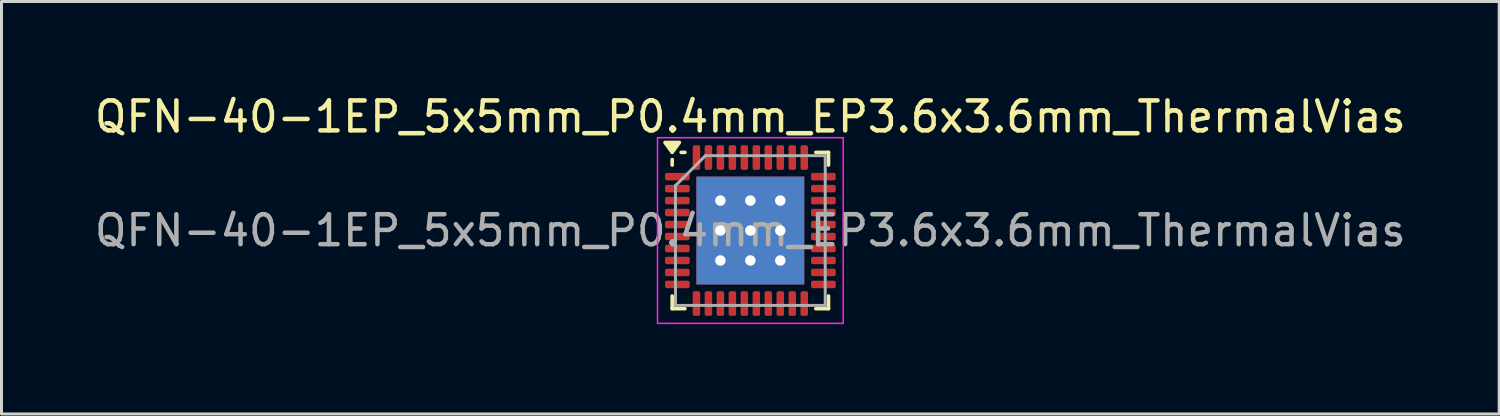
<source format=kicad_pcb>
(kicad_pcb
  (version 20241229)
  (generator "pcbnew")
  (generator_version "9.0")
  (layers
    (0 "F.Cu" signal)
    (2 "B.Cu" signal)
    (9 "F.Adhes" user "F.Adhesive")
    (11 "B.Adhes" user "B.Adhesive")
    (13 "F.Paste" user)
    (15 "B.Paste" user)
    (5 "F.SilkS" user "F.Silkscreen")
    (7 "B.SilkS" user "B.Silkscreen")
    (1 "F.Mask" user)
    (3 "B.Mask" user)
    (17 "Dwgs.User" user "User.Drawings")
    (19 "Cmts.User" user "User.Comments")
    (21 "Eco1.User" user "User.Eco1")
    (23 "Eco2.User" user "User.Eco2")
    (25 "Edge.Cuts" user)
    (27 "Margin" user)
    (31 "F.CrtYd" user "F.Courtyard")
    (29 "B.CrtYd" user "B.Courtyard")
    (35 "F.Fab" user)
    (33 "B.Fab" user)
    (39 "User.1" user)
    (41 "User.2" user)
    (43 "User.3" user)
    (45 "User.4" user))
  (footprint "QFN-40-1EP_5x5mm_P0.4mm_EP3.6x3.6mm_ThermalVias"
    (layer "F.Cu")
    (at 22.006 4.648)
    (property "Reference" "QFN-40-1EP_5x5mm_P0.4mm_EP3.6x3.6mm_ThermalVias" (at 0 -3.8 0) (layer "F.SilkS") (effects (font (size 1 1) (thickness 0.15))))
    (attr smd)
    (fp_line (start -2.61 -2.185) (end -2.61 -2.37) (stroke (width 0.12) (type solid)) (layer "F.SilkS"))
    (fp_line (start -2.61 2.61) (end -2.61 2.185) (stroke (width 0.12) (type solid)) (layer "F.SilkS"))
    (fp_line (start -2.185 -2.61) (end -2.31 -2.61) (stroke (width 0.12) (type solid)) (layer "F.SilkS"))
    (fp_line (start -2.185 2.61) (end -2.61 2.61) (stroke (width 0.12) (type solid)) (layer "F.SilkS"))
    (fp_line (start 2.185 -2.61) (end 2.61 -2.61) (stroke (width 0.12) (type solid)) (layer "F.SilkS"))
    (fp_line (start 2.185 2.61) (end 2.61 2.61) (stroke (width 0.12) (type solid)) (layer "F.SilkS"))
    (fp_line (start 2.61 -2.61) (end 2.61 -2.185) (stroke (width 0.12) (type solid)) (layer "F.SilkS"))
    (fp_line (start 2.61 2.61) (end 2.61 2.185) (stroke (width 0.12) (type solid)) (layer "F.SilkS"))
    (fp_poly (pts (xy -2.61 -2.61) (xy -2.85 -2.94) (xy -2.37 -2.94) (xy -2.61 -2.61)) (stroke (width 0.12) (type solid)) (fill yes) (layer "F.SilkS"))
    (fp_line (start -3.1 -3.1) (end -3.1 3.1) (stroke (width 0.05) (type solid)) (layer "F.CrtYd"))
    (fp_line (start -3.1 3.1) (end 3.1 3.1) (stroke (width 0.05) (type solid)) (layer "F.CrtYd"))
    (fp_line (start 3.1 -3.1) (end -3.1 -3.1) (stroke (width 0.05) (type solid)) (layer "F.CrtYd"))
    (fp_line (start 3.1 3.1) (end 3.1 -3.1) (stroke (width 0.05) (type solid)) (layer "F.CrtYd"))
    (fp_line (start -2.5 -1.5) (end -1.5 -2.5) (stroke (width 0.1) (type solid)) (layer "F.Fab"))
    (fp_line (start -2.5 2.5) (end -2.5 -1.5) (stroke (width 0.1) (type solid)) (layer "F.Fab"))
    (fp_line (start -1.5 -2.5) (end 2.5 -2.5) (stroke (width 0.1) (type solid)) (layer "F.Fab"))
    (fp_line (start 2.5 -2.5) (end 2.5 2.5) (stroke (width 0.1) (type solid)) (layer "F.Fab"))
    (fp_line (start 2.5 2.5) (end -2.5 2.5) (stroke (width 0.1) (type solid)) (layer "F.Fab"))
    (fp_text user "${REFERENCE}" (at 0 0 0) (layer "F.Fab") (effects (font (size 1 1) (thickness 0.15))))
    (pad "" smd custom (at -1.4 -1.4) (size 0.555 0.555) (layers "F.Paste") (options (anchor circle)) (primitives (gr_poly (pts (xy -0.232 -0.232) (xy 0.232 -0.232) (xy 0.232 0.157) (xy 0.157 0.232) (xy -0.232 0.232)) (width 0.181) (fill yes))))
    (pad "" smd custom (at -1.4 -0.5) (size 0.568 0.568) (layers "F.Paste") (options (anchor circle)) (primitives (gr_poly (pts (xy -0.246 -0.326) (xy 0.182 -0.326) (xy 0.246 -0.263) (xy 0.246 0.263) (xy 0.182 0.326) (xy -0.246 0.326)) (width 0.153) (fill yes))))
    (pad "" smd custom (at -1.4 0.5) (size 0.568 0.568) (layers "F.Paste") (options (anchor circle)) (primitives (gr_poly (pts (xy -0.246 -0.326) (xy 0.182 -0.326) (xy 0.246 -0.263) (xy 0.246 0.263) (xy 0.182 0.326) (xy -0.246 0.326)) (width 0.153) (fill yes))))
    (pad "" smd custom (at -1.4 1.4) (size 0.555 0.555) (layers "F.Paste") (options (anchor circle)) (primitives (gr_poly (pts (xy -0.232 -0.232) (xy 0.157 -0.232) (xy 0.232 -0.157) (xy 0.232 0.232) (xy -0.232 0.232)) (width 0.181) (fill yes))))
    (pad "" smd custom (at -0.5 -1.4) (size 0.568 0.568) (layers "F.Paste") (options (anchor circle)) (primitives (gr_poly (pts (xy -0.326 -0.246) (xy 0.326 -0.246) (xy 0.326 0.182) (xy 0.263 0.246) (xy -0.263 0.246) (xy -0.326 0.182)) (width 0.153) (fill yes))))
    (pad "" smd roundrect (at -0.5 -0.5) (size 0.806 0.806) (layers "F.Paste") (roundrect_rratio 0.25))
    (pad "" smd roundrect (at -0.5 0.5) (size 0.806 0.806) (layers "F.Paste") (roundrect_rratio 0.25))
    (pad "" smd custom (at -0.5 1.4) (size 0.568 0.568) (layers "F.Paste") (options (anchor circle)) (primitives (gr_poly (pts (xy -0.326 -0.182) (xy -0.263 -0.246) (xy 0.263 -0.246) (xy 0.326 -0.182) (xy 0.326 0.246) (xy -0.326 0.246)) (width 0.153) (fill yes))))
    (pad "" smd custom (at 0.5 -1.4) (size 0.568 0.568) (layers "F.Paste") (options (anchor circle)) (primitives (gr_poly (pts (xy -0.326 -0.246) (xy 0.326 -0.246) (xy 0.326 0.182) (xy 0.263 0.246) (xy -0.263 0.246) (xy -0.326 0.182)) (width 0.153) (fill yes))))
    (pad "" smd roundrect (at 0.5 -0.5) (size 0.806 0.806) (layers "F.Paste") (roundrect_rratio 0.25))
    (pad "" smd roundrect (at 0.5 0.5) (size 0.806 0.806) (layers "F.Paste") (roundrect_rratio 0.25))
    (pad "" smd custom (at 0.5 1.4) (size 0.568 0.568) (layers "F.Paste") (options (anchor circle)) (primitives (gr_poly (pts (xy -0.326 -0.182) (xy -0.263 -0.246) (xy 0.263 -0.246) (xy 0.326 -0.182) (xy 0.326 0.246) (xy -0.326 0.246)) (width 0.153) (fill yes))))
    (pad "" smd custom (at 1.4 -1.4) (size 0.555 0.555) (layers "F.Paste") (options (anchor circle)) (primitives (gr_poly (pts (xy -0.232 -0.232) (xy 0.232 -0.232) (xy 0.232 0.232) (xy -0.157 0.232) (xy -0.232 0.157)) (width 0.181) (fill yes))))
    (pad "" smd custom (at 1.4 -0.5) (size 0.568 0.568) (layers "F.Paste") (options (anchor circle)) (primitives (gr_poly (pts (xy -0.246 -0.263) (xy -0.182 -0.326) (xy 0.246 -0.326) (xy 0.246 0.326) (xy -0.182 0.326) (xy -0.246 0.263)) (width 0.153) (fill yes))))
    (pad "" smd custom (at 1.4 0.5) (size 0.568 0.568) (layers "F.Paste") (options (anchor circle)) (primitives (gr_poly (pts (xy -0.246 -0.263) (xy -0.182 -0.326) (xy 0.246 -0.326) (xy 0.246 0.326) (xy -0.182 0.326) (xy -0.246 0.263)) (width 0.153) (fill yes))))
    (pad "" smd custom (at 1.4 1.4) (size 0.555 0.555) (layers "F.Paste") (options (anchor circle)) (primitives (gr_poly (pts (xy -0.232 -0.157) (xy -0.157 -0.232) (xy 0.232 -0.232) (xy 0.232 0.232) (xy -0.232 0.232)) (width 0.181) (fill yes))))
    (pad "1" smd roundrect (at -2.438 -1.8) (size 0.825 0.25) (layers "F.Cu" "F.Mask" "F.Paste") (roundrect_rratio 0.25))
    (pad "2" smd roundrect (at -2.438 -1.4) (size 0.825 0.25) (layers "F.Cu" "F.Mask" "F.Paste") (roundrect_rratio 0.25))
    (pad "3" smd roundrect (at -2.438 -1) (size 0.825 0.25) (layers "F.Cu" "F.Mask" "F.Paste") (roundrect_rratio 0.25))
    (pad "4" smd roundrect (at -2.438 -0.6) (size 0.825 0.25) (layers "F.Cu" "F.Mask" "F.Paste") (roundrect_rratio 0.25))
    (pad "5" smd roundrect (at -2.438 -0.2) (size 0.825 0.25) (layers "F.Cu" "F.Mask" "F.Paste") (roundrect_rratio 0.25))
    (pad "6" smd roundrect (at -2.438 0.2) (size 0.825 0.25) (layers "F.Cu" "F.Mask" "F.Paste") (roundrect_rratio 0.25))
    (pad "7" smd roundrect (at -2.438 0.6) (size 0.825 0.25) (layers "F.Cu" "F.Mask" "F.Paste") (roundrect_rratio 0.25))
    (pad "8" smd roundrect (at -2.438 1) (size 0.825 0.25) (layers "F.Cu" "F.Mask" "F.Paste") (roundrect_rratio 0.25))
    (pad "9" smd roundrect (at -2.438 1.4) (size 0.825 0.25) (layers "F.Cu" "F.Mask" "F.Paste") (roundrect_rratio 0.25))
    (pad "10" smd roundrect (at -2.438 1.8) (size 0.825 0.25) (layers "F.Cu" "F.Mask" "F.Paste") (roundrect_rratio 0.25))
    (pad "11" smd roundrect (at -1.8 2.438) (size 0.25 0.825) (layers "F.Cu" "F.Mask" "F.Paste") (roundrect_rratio 0.25))
    (pad "12" smd roundrect (at -1.4 2.438) (size 0.25 0.825) (layers "F.Cu" "F.Mask" "F.Paste") (roundrect_rratio 0.25))
    (pad "13" smd roundrect (at -1 2.438) (size 0.25 0.825) (layers "F.Cu" "F.Mask" "F.Paste") (roundrect_rratio 0.25))
    (pad "14" smd roundrect (at -0.6 2.438) (size 0.25 0.825) (layers "F.Cu" "F.Mask" "F.Paste") (roundrect_rratio 0.25))
    (pad "15" smd roundrect (at -0.2 2.438) (size 0.25 0.825) (layers "F.Cu" "F.Mask" "F.Paste") (roundrect_rratio 0.25))
    (pad "16" smd roundrect (at 0.2 2.438) (size 0.25 0.825) (layers "F.Cu" "F.Mask" "F.Paste") (roundrect_rratio 0.25))
    (pad "17" smd roundrect (at 0.6 2.438) (size 0.25 0.825) (layers "F.Cu" "F.Mask" "F.Paste") (roundrect_rratio 0.25))
    (pad "18" smd roundrect (at 1 2.438) (size 0.25 0.825) (layers "F.Cu" "F.Mask" "F.Paste") (roundrect_rratio 0.25))
    (pad "19" smd roundrect (at 1.4 2.438) (size 0.25 0.825) (layers "F.Cu" "F.Mask" "F.Paste") (roundrect_rratio 0.25))
    (pad "20" smd roundrect (at 1.8 2.438) (size 0.25 0.825) (layers "F.Cu" "F.Mask" "F.Paste") (roundrect_rratio 0.25))
    (pad "21" smd roundrect (at 2.438 1.8) (size 0.825 0.25) (layers "F.Cu" "F.Mask" "F.Paste") (roundrect_rratio 0.25))
    (pad "22" smd roundrect (at 2.438 1.4) (size 0.825 0.25) (layers "F.Cu" "F.Mask" "F.Paste") (roundrect_rratio 0.25))
    (pad "23" smd roundrect (at 2.438 1) (size 0.825 0.25) (layers "F.Cu" "F.Mask" "F.Paste") (roundrect_rratio 0.25))
    (pad "24" smd roundrect (at 2.438 0.6) (size 0.825 0.25) (layers "F.Cu" "F.Mask" "F.Paste") (roundrect_rratio 0.25))
    (pad "25" smd roundrect (at 2.438 0.2) (size 0.825 0.25) (layers "F.Cu" "F.Mask" "F.Paste") (roundrect_rratio 0.25))
    (pad "26" smd roundrect (at 2.438 -0.2) (size 0.825 0.25) (layers "F.Cu" "F.Mask" "F.Paste") (roundrect_rratio 0.25))
    (pad "27" smd roundrect (at 2.438 -0.6) (size 0.825 0.25) (layers "F.Cu" "F.Mask" "F.Paste") (roundrect_rratio 0.25))
    (pad "28" smd roundrect (at 2.438 -1) (size 0.825 0.25) (layers "F.Cu" "F.Mask" "F.Paste") (roundrect_rratio 0.25))
    (pad "29" smd roundrect (at 2.438 -1.4) (size 0.825 0.25) (layers "F.Cu" "F.Mask" "F.Paste") (roundrect_rratio 0.25))
    (pad "30" smd roundrect (at 2.438 -1.8) (size 0.825 0.25) (layers "F.Cu" "F.Mask" "F.Paste") (roundrect_rratio 0.25))
    (pad "31" smd roundrect (at 1.8 -2.438) (size 0.25 0.825) (layers "F.Cu" "F.Mask" "F.Paste") (roundrect_rratio 0.25))
    (pad "32" smd roundrect (at 1.4 -2.438) (size 0.25 0.825) (layers "F.Cu" "F.Mask" "F.Paste") (roundrect_rratio 0.25))
    (pad "33" smd roundrect (at 1 -2.438) (size 0.25 0.825) (layers "F.Cu" "F.Mask" "F.Paste") (roundrect_rratio 0.25))
    (pad "34" smd roundrect (at 0.6 -2.438) (size 0.25 0.825) (layers "F.Cu" "F.Mask" "F.Paste") (roundrect_rratio 0.25))
    (pad "35" smd roundrect (at 0.2 -2.438) (size 0.25 0.825) (layers "F.Cu" "F.Mask" "F.Paste") (roundrect_rratio 0.25))
    (pad "36" smd roundrect (at -0.2 -2.438) (size 0.25 0.825) (layers "F.Cu" "F.Mask" "F.Paste") (roundrect_rratio 0.25))
    (pad "37" smd roundrect (at -0.6 -2.438) (size 0.25 0.825) (layers "F.Cu" "F.Mask" "F.Paste") (roundrect_rratio 0.25))
    (pad "38" smd roundrect (at -1 -2.438) (size 0.25 0.825) (layers "F.Cu" "F.Mask" "F.Paste") (roundrect_rratio 0.25))
    (pad "39" smd roundrect (at -1.4 -2.438) (size 0.25 0.825) (layers "F.Cu" "F.Mask" "F.Paste") (roundrect_rratio 0.25))
    (pad "40" smd roundrect (at -1.8 -2.438) (size 0.25 0.825) (layers "F.Cu" "F.Mask" "F.Paste") (roundrect_rratio 0.25))
    (pad "41" thru_hole circle (at -1 -1) (size 0.65 0.65) (drill 0.35) (property pad_prop_heatsink) (layers "*.Cu" "*.Mask"))
    (pad "41" thru_hole circle (at -1 0) (size 0.65 0.65) (drill 0.35) (property pad_prop_heatsink) (layers "*.Cu" "*.Mask"))
    (pad "41" thru_hole circle (at -1 1) (size 0.65 0.65) (drill 0.35) (property pad_prop_heatsink) (layers "*.Cu" "*.Mask"))
    (pad "41" thru_hole circle (at 0 -1) (size 0.65 0.65) (drill 0.35) (property pad_prop_heatsink) (layers "*.Cu" "*.Mask"))
    (pad "41" thru_hole circle (at 0 0) (size 0.65 0.65) (drill 0.35) (property pad_prop_heatsink) (layers "*.Cu" "*.Mask"))
    (pad "41" smd rect (at 0 0) (size 3.6 3.6) (property pad_prop_heatsink) (layers "F.Cu" "F.Mask"))
    (pad "41" smd rect (at 0 0) (size 3.6 3.6) (property pad_prop_heatsink) (layers "B.Cu"))
    (pad "41" thru_hole circle (at 0 1) (size 0.65 0.65) (drill 0.35) (property pad_prop_heatsink) (layers "*.Cu" "*.Mask"))
    (pad "41" thru_hole circle (at 1 -1) (size 0.65 0.65) (drill 0.35) (property pad_prop_heatsink) (layers "*.Cu" "*.Mask"))
    (pad "41" thru_hole circle (at 1 0) (size 0.65 0.65) (drill 0.35) (property pad_prop_heatsink) (layers "*.Cu" "*.Mask"))
    (pad "41" thru_hole circle (at 1 1) (size 0.65 0.65) (drill 0.35) (property pad_prop_heatsink) (layers "*.Cu" "*.Mask")))
  (gr_rect
    (start -3 -3)
    (end 47.012 10.773)
    (stroke (width 0.1) (type default))
    (fill no)
    (layer "Edge.Cuts")))
</source>
